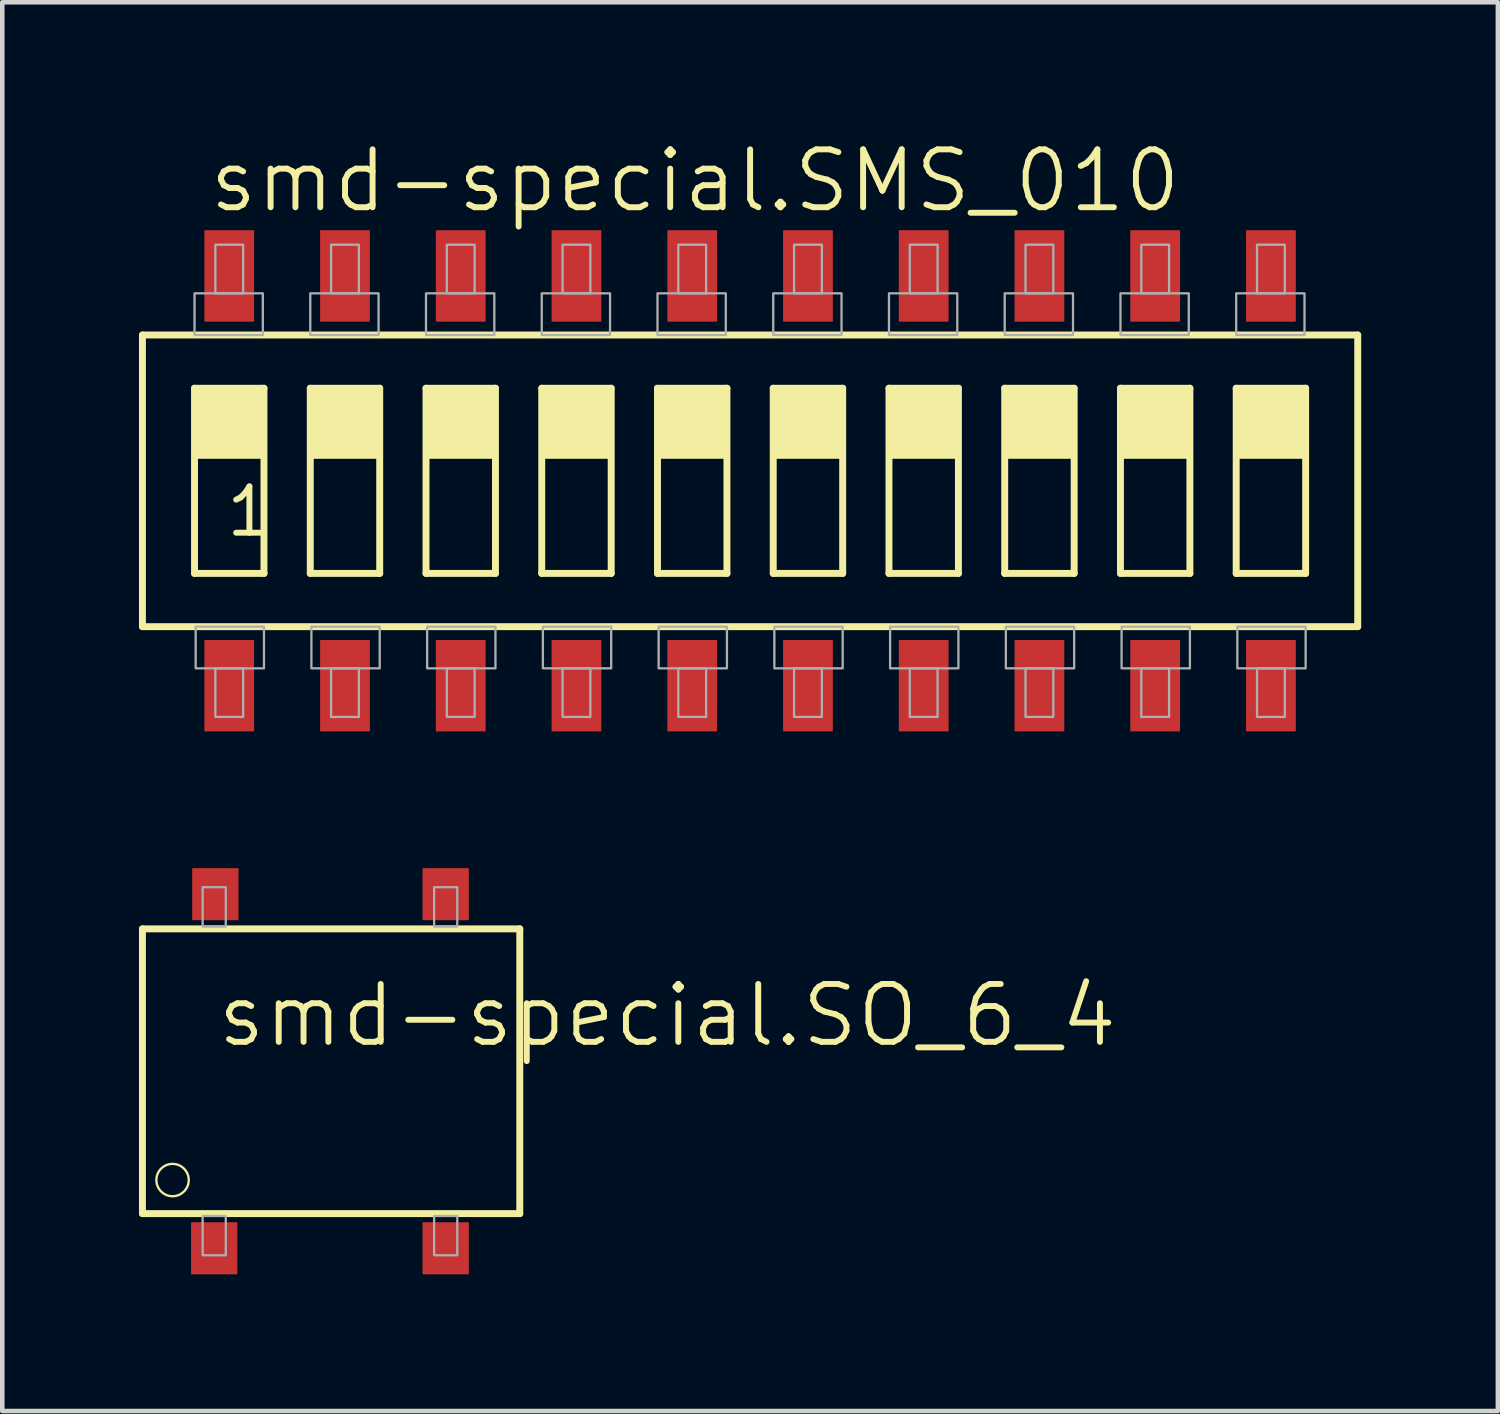
<source format=kicad_pcb>
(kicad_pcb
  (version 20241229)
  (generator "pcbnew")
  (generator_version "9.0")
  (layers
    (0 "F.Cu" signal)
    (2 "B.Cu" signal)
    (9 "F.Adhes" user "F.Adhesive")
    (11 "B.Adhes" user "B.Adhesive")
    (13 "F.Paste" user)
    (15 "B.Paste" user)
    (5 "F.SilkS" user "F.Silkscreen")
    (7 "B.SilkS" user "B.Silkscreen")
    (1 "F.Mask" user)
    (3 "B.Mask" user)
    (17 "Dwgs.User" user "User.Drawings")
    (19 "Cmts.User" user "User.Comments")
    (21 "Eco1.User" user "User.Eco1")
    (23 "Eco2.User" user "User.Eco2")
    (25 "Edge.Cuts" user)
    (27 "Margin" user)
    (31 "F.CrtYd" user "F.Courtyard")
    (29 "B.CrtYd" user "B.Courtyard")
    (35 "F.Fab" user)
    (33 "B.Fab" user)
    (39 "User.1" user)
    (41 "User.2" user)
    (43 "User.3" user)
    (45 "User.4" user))
  (footprint "smd-special.SO_6_4"
    (layer "F.Cu")
    (at 4.191 20.459)
    (property "Reference" "smd-special.SO_6_4" (at -2.54 -0.483 0) (layer "F.SilkS") (effects (font (size 1.27 1.27) (thickness 0.13)) (justify left bottom)))
    (attr smd)
    (fp_line (start -4.115 -3.124) (end -4.115 3.124) (stroke (width 0.152) (type default)) (layer "F.SilkS"))
    (fp_line (start -4.115 3.124) (end 4.166 3.124) (stroke (width 0.152) (type default)) (layer "F.SilkS"))
    (fp_line (start 4.166 -3.124) (end -4.115 -3.124) (stroke (width 0.152) (type default)) (layer "F.SilkS"))
    (fp_line (start 4.166 3.124) (end 4.166 -3.124) (stroke (width 0.152) (type default)) (layer "F.SilkS"))
    (fp_circle (center -3.454 2.388) (end -3.099 2.388) (stroke (width 0.051) (type default)) (fill no) (layer "F.SilkS"))
    (fp_rect (start -2.794 -3.175) (end -2.286 -4.039) (stroke (width 0.05) (type default)) (fill no) (layer "F.Fab"))
    (fp_rect (start -2.794 4.039) (end -2.286 3.175) (stroke (width 0.05) (type default)) (fill no) (layer "F.Fab"))
    (fp_rect (start 2.286 -3.175) (end 2.794 -4.039) (stroke (width 0.05) (type default)) (fill no) (layer "F.Fab"))
    (fp_rect (start 2.286 4.039) (end 2.794 3.175) (stroke (width 0.05) (type default)) (fill no) (layer "F.Fab"))
    (pad "1" smd roundrect (at -2.54 3.886) (size 1.016 1.143) (layers "F.Cu" "F.Mask" "F.Paste") (roundrect_rratio 0.01))
    (pad "2" smd roundrect (at 2.54 3.886) (size 1.016 1.143) (layers "F.Cu" "F.Mask" "F.Paste") (roundrect_rratio 0.01))
    (pad "3" smd roundrect (at 2.54 -3.886) (size 1.016 1.143) (layers "F.Cu" "F.Mask" "F.Paste") (roundrect_rratio 0.01))
    (pad "4" smd roundrect (at -2.515 -3.886) (size 1.016 1.143) (layers "F.Cu" "F.Mask" "F.Paste") (roundrect_rratio 0.01)))
  (footprint "smd-special.SMS_010"
    (layer "F.Cu")
    (at 13.411 7.502)
    (property "Reference" "smd-special.SMS_010" (at -11.938 -5.842 0) (layer "F.SilkS") (effects (font (size 1.27 1.27) (thickness 0.13)) (justify left bottom)))
    (attr smd)
    (fp_line (start -13.335 3.2) (end -13.335 -3.2) (stroke (width 0.152) (type default)) (layer "F.SilkS"))
    (fp_line (start -13.335 3.2) (end 13.335 3.2) (stroke (width 0.152) (type default)) (layer "F.SilkS"))
    (fp_line (start -12.192 -2.032) (end -10.668 -2.032) (stroke (width 0.152) (type default)) (layer "F.SilkS"))
    (fp_line (start -12.192 2.032) (end -12.192 -2.032) (stroke (width 0.152) (type default)) (layer "F.SilkS"))
    (fp_line (start -10.668 -2.032) (end -10.668 2.032) (stroke (width 0.152) (type default)) (layer "F.SilkS"))
    (fp_line (start -10.668 2.032) (end -12.192 2.032) (stroke (width 0.152) (type default)) (layer "F.SilkS"))
    (fp_line (start -9.652 -2.032) (end -8.128 -2.032) (stroke (width 0.152) (type default)) (layer "F.SilkS"))
    (fp_line (start -9.652 2.032) (end -9.652 -2.032) (stroke (width 0.152) (type default)) (layer "F.SilkS"))
    (fp_line (start -8.128 -2.032) (end -8.128 2.032) (stroke (width 0.152) (type default)) (layer "F.SilkS"))
    (fp_line (start -8.128 2.032) (end -9.652 2.032) (stroke (width 0.152) (type default)) (layer "F.SilkS"))
    (fp_line (start -7.112 -2.032) (end -5.588 -2.032) (stroke (width 0.152) (type default)) (layer "F.SilkS"))
    (fp_line (start -7.112 2.032) (end -7.112 -2.032) (stroke (width 0.152) (type default)) (layer "F.SilkS"))
    (fp_line (start -5.588 -2.032) (end -5.588 2.032) (stroke (width 0.152) (type default)) (layer "F.SilkS"))
    (fp_line (start -5.588 2.032) (end -7.112 2.032) (stroke (width 0.152) (type default)) (layer "F.SilkS"))
    (fp_line (start -4.572 -2.032) (end -3.048 -2.032) (stroke (width 0.152) (type default)) (layer "F.SilkS"))
    (fp_line (start -4.572 2.032) (end -4.572 -2.032) (stroke (width 0.152) (type default)) (layer "F.SilkS"))
    (fp_line (start -3.048 -2.032) (end -3.048 2.032) (stroke (width 0.152) (type default)) (layer "F.SilkS"))
    (fp_line (start -3.048 2.032) (end -4.572 2.032) (stroke (width 0.152) (type default)) (layer "F.SilkS"))
    (fp_line (start -2.032 -2.032) (end -0.508 -2.032) (stroke (width 0.152) (type default)) (layer "F.SilkS"))
    (fp_line (start -2.032 2.032) (end -2.032 -2.032) (stroke (width 0.152) (type default)) (layer "F.SilkS"))
    (fp_line (start -0.508 -2.032) (end -0.508 2.032) (stroke (width 0.152) (type default)) (layer "F.SilkS"))
    (fp_line (start -0.508 2.032) (end -2.032 2.032) (stroke (width 0.152) (type default)) (layer "F.SilkS"))
    (fp_line (start 0.508 -2.032) (end 2.032 -2.032) (stroke (width 0.152) (type default)) (layer "F.SilkS"))
    (fp_line (start 0.508 2.032) (end 0.508 -2.032) (stroke (width 0.152) (type default)) (layer "F.SilkS"))
    (fp_line (start 2.032 -2.032) (end 2.032 2.032) (stroke (width 0.152) (type default)) (layer "F.SilkS"))
    (fp_line (start 2.032 2.032) (end 0.508 2.032) (stroke (width 0.152) (type default)) (layer "F.SilkS"))
    (fp_line (start 3.048 -2.032) (end 4.572 -2.032) (stroke (width 0.152) (type default)) (layer "F.SilkS"))
    (fp_line (start 3.048 2.032) (end 3.048 -2.032) (stroke (width 0.152) (type default)) (layer "F.SilkS"))
    (fp_line (start 4.572 -2.032) (end 4.572 2.032) (stroke (width 0.152) (type default)) (layer "F.SilkS"))
    (fp_line (start 4.572 2.032) (end 3.048 2.032) (stroke (width 0.152) (type default)) (layer "F.SilkS"))
    (fp_line (start 5.588 -2.032) (end 7.112 -2.032) (stroke (width 0.152) (type default)) (layer "F.SilkS"))
    (fp_line (start 5.588 2.032) (end 5.588 -2.032) (stroke (width 0.152) (type default)) (layer "F.SilkS"))
    (fp_line (start 7.112 -2.032) (end 7.112 2.032) (stroke (width 0.152) (type default)) (layer "F.SilkS"))
    (fp_line (start 7.112 2.032) (end 5.588 2.032) (stroke (width 0.152) (type default)) (layer "F.SilkS"))
    (fp_line (start 8.128 -2.032) (end 9.652 -2.032) (stroke (width 0.152) (type default)) (layer "F.SilkS"))
    (fp_line (start 8.128 2.032) (end 8.128 -2.032) (stroke (width 0.152) (type default)) (layer "F.SilkS"))
    (fp_line (start 9.652 -2.032) (end 9.652 2.032) (stroke (width 0.152) (type default)) (layer "F.SilkS"))
    (fp_line (start 9.652 2.032) (end 8.128 2.032) (stroke (width 0.152) (type default)) (layer "F.SilkS"))
    (fp_line (start 10.668 -2.032) (end 12.192 -2.032) (stroke (width 0.152) (type default)) (layer "F.SilkS"))
    (fp_line (start 10.668 2.032) (end 10.668 -2.032) (stroke (width 0.152) (type default)) (layer "F.SilkS"))
    (fp_line (start 12.192 -2.032) (end 12.192 2.032) (stroke (width 0.152) (type default)) (layer "F.SilkS"))
    (fp_line (start 12.192 2.032) (end 10.668 2.032) (stroke (width 0.152) (type default)) (layer "F.SilkS"))
    (fp_line (start 13.335 -3.2) (end -13.335 -3.2) (stroke (width 0.152) (type default)) (layer "F.SilkS"))
    (fp_line (start 13.335 -3.2) (end 13.335 3.2) (stroke (width 0.152) (type default)) (layer "F.SilkS"))
    (fp_rect (start -12.192 -0.508) (end -10.668 -2.032) (stroke (width 0.05) (type default)) (fill yes) (layer "F.SilkS"))
    (fp_rect (start -9.652 -0.508) (end -8.128 -2.032) (stroke (width 0.05) (type default)) (fill yes) (layer "F.SilkS"))
    (fp_rect (start -7.112 -0.508) (end -5.588 -2.032) (stroke (width 0.05) (type default)) (fill yes) (layer "F.SilkS"))
    (fp_rect (start -4.572 -0.508) (end -3.048 -2.032) (stroke (width 0.05) (type default)) (fill yes) (layer "F.SilkS"))
    (fp_rect (start -2.032 -0.508) (end -0.508 -2.032) (stroke (width 0.05) (type default)) (fill yes) (layer "F.SilkS"))
    (fp_rect (start 0.508 -0.508) (end 2.032 -2.032) (stroke (width 0.05) (type default)) (fill yes) (layer "F.SilkS"))
    (fp_rect (start 3.048 -0.508) (end 4.572 -2.032) (stroke (width 0.05) (type default)) (fill yes) (layer "F.SilkS"))
    (fp_rect (start 5.588 -0.508) (end 7.112 -2.032) (stroke (width 0.05) (type default)) (fill yes) (layer "F.SilkS"))
    (fp_rect (start 8.128 -0.508) (end 9.652 -2.032) (stroke (width 0.05) (type default)) (fill yes) (layer "F.SilkS"))
    (fp_rect (start 10.668 -0.508) (end 12.192 -2.032) (stroke (width 0.05) (type default)) (fill yes) (layer "F.SilkS"))
    (fp_rect (start -12.192 -3.2) (end -10.693 -4.115) (stroke (width 0.05) (type default)) (fill no) (layer "F.Fab"))
    (fp_rect (start -12.167 4.115) (end -10.668 3.2) (stroke (width 0.05) (type default)) (fill no) (layer "F.Fab"))
    (fp_rect (start -11.735 -4.115) (end -11.125 -5.182) (stroke (width 0.05) (type default)) (fill no) (layer "F.Fab"))
    (fp_rect (start -11.735 5.182) (end -11.125 4.115) (stroke (width 0.05) (type default)) (fill no) (layer "F.Fab"))
    (fp_rect (start -9.652 -3.2) (end -8.153 -4.115) (stroke (width 0.05) (type default)) (fill no) (layer "F.Fab"))
    (fp_rect (start -9.627 4.115) (end -8.128 3.2) (stroke (width 0.05) (type default)) (fill no) (layer "F.Fab"))
    (fp_rect (start -9.195 -4.115) (end -8.585 -5.182) (stroke (width 0.05) (type default)) (fill no) (layer "F.Fab"))
    (fp_rect (start -9.195 5.182) (end -8.585 4.115) (stroke (width 0.05) (type default)) (fill no) (layer "F.Fab"))
    (fp_rect (start -7.112 -3.2) (end -5.613 -4.115) (stroke (width 0.05) (type default)) (fill no) (layer "F.Fab"))
    (fp_rect (start -7.087 4.115) (end -5.588 3.2) (stroke (width 0.05) (type default)) (fill no) (layer "F.Fab"))
    (fp_rect (start -6.655 -4.115) (end -6.045 -5.182) (stroke (width 0.05) (type default)) (fill no) (layer "F.Fab"))
    (fp_rect (start -6.655 5.182) (end -6.045 4.115) (stroke (width 0.05) (type default)) (fill no) (layer "F.Fab"))
    (fp_rect (start -4.572 -3.2) (end -3.073 -4.115) (stroke (width 0.05) (type default)) (fill no) (layer "F.Fab"))
    (fp_rect (start -4.547 4.115) (end -3.048 3.2) (stroke (width 0.05) (type default)) (fill no) (layer "F.Fab"))
    (fp_rect (start -4.115 -4.115) (end -3.505 -5.182) (stroke (width 0.05) (type default)) (fill no) (layer "F.Fab"))
    (fp_rect (start -4.115 5.182) (end -3.505 4.115) (stroke (width 0.05) (type default)) (fill no) (layer "F.Fab"))
    (fp_rect (start -2.032 -3.2) (end -0.533 -4.115) (stroke (width 0.05) (type default)) (fill no) (layer "F.Fab"))
    (fp_rect (start -2.007 4.115) (end -0.508 3.2) (stroke (width 0.05) (type default)) (fill no) (layer "F.Fab"))
    (fp_rect (start -1.575 -4.115) (end -0.965 -5.182) (stroke (width 0.05) (type default)) (fill no) (layer "F.Fab"))
    (fp_rect (start -1.575 5.182) (end -0.965 4.115) (stroke (width 0.05) (type default)) (fill no) (layer "F.Fab"))
    (fp_rect (start 0.508 -3.2) (end 2.007 -4.115) (stroke (width 0.05) (type default)) (fill no) (layer "F.Fab"))
    (fp_rect (start 0.533 4.115) (end 2.032 3.2) (stroke (width 0.05) (type default)) (fill no) (layer "F.Fab"))
    (fp_rect (start 0.965 -4.115) (end 1.575 -5.182) (stroke (width 0.05) (type default)) (fill no) (layer "F.Fab"))
    (fp_rect (start 0.965 5.182) (end 1.575 4.115) (stroke (width 0.05) (type default)) (fill no) (layer "F.Fab"))
    (fp_rect (start 3.048 -3.2) (end 4.547 -4.115) (stroke (width 0.05) (type default)) (fill no) (layer "F.Fab"))
    (fp_rect (start 3.073 4.115) (end 4.572 3.2) (stroke (width 0.05) (type default)) (fill no) (layer "F.Fab"))
    (fp_rect (start 3.505 -4.115) (end 4.115 -5.182) (stroke (width 0.05) (type default)) (fill no) (layer "F.Fab"))
    (fp_rect (start 3.505 5.182) (end 4.115 4.115) (stroke (width 0.05) (type default)) (fill no) (layer "F.Fab"))
    (fp_rect (start 5.588 -3.2) (end 7.087 -4.115) (stroke (width 0.05) (type default)) (fill no) (layer "F.Fab"))
    (fp_rect (start 5.613 4.115) (end 7.112 3.2) (stroke (width 0.05) (type default)) (fill no) (layer "F.Fab"))
    (fp_rect (start 6.045 -4.115) (end 6.655 -5.182) (stroke (width 0.05) (type default)) (fill no) (layer "F.Fab"))
    (fp_rect (start 6.045 5.182) (end 6.655 4.115) (stroke (width 0.05) (type default)) (fill no) (layer "F.Fab"))
    (fp_rect (start 8.128 -3.2) (end 9.627 -4.115) (stroke (width 0.05) (type default)) (fill no) (layer "F.Fab"))
    (fp_rect (start 8.153 4.115) (end 9.652 3.2) (stroke (width 0.05) (type default)) (fill no) (layer "F.Fab"))
    (fp_rect (start 8.585 -4.115) (end 9.195 -5.182) (stroke (width 0.05) (type default)) (fill no) (layer "F.Fab"))
    (fp_rect (start 8.585 5.182) (end 9.195 4.115) (stroke (width 0.05) (type default)) (fill no) (layer "F.Fab"))
    (fp_rect (start 10.668 -3.2) (end 12.167 -4.115) (stroke (width 0.05) (type default)) (fill no) (layer "F.Fab"))
    (fp_rect (start 10.693 4.115) (end 12.192 3.2) (stroke (width 0.05) (type default)) (fill no) (layer "F.Fab"))
    (fp_rect (start 11.125 -4.115) (end 11.735 -5.182) (stroke (width 0.05) (type default)) (fill no) (layer "F.Fab"))
    (fp_rect (start 11.125 5.182) (end 11.735 4.115) (stroke (width 0.05) (type default)) (fill no) (layer "F.Fab"))
    (fp_text user "1" (at -11.557 1.27 0) (layer "F.SilkS") (effects (font (size 1.016 1.016) (thickness 0.13)) (justify left bottom)))
    (pad "1" smd roundrect (at -11.43 4.496) (size 1.092 2.007) (layers "F.Cu" "F.Mask" "F.Paste") (roundrect_rratio 0.01))
    (pad "2" smd roundrect (at -8.89 4.496) (size 1.092 2.007) (layers "F.Cu" "F.Mask" "F.Paste") (roundrect_rratio 0.01))
    (pad "3" smd roundrect (at -6.35 4.496) (size 1.092 2.007) (layers "F.Cu" "F.Mask" "F.Paste") (roundrect_rratio 0.01))
    (pad "4" smd roundrect (at -3.81 4.496) (size 1.092 2.007) (layers "F.Cu" "F.Mask" "F.Paste") (roundrect_rratio 0.01))
    (pad "5" smd roundrect (at -1.27 4.496) (size 1.092 2.007) (layers "F.Cu" "F.Mask" "F.Paste") (roundrect_rratio 0.01))
    (pad "6" smd roundrect (at 1.27 4.496) (size 1.092 2.007) (layers "F.Cu" "F.Mask" "F.Paste") (roundrect_rratio 0.01))
    (pad "7" smd roundrect (at 3.81 4.496) (size 1.092 2.007) (layers "F.Cu" "F.Mask" "F.Paste") (roundrect_rratio 0.01))
    (pad "8" smd roundrect (at 6.35 4.496) (size 1.092 2.007) (layers "F.Cu" "F.Mask" "F.Paste") (roundrect_rratio 0.01))
    (pad "9" smd roundrect (at 8.89 4.496) (size 1.092 2.007) (layers "F.Cu" "F.Mask" "F.Paste") (roundrect_rratio 0.01))
    (pad "10" smd roundrect (at 11.43 4.496) (size 1.092 2.007) (layers "F.Cu" "F.Mask" "F.Paste") (roundrect_rratio 0.01))
    (pad "11" smd roundrect (at 11.43 -4.496) (size 1.092 2.007) (layers "F.Cu" "F.Mask" "F.Paste") (roundrect_rratio 0.01))
    (pad "12" smd roundrect (at 8.89 -4.496) (size 1.092 2.007) (layers "F.Cu" "F.Mask" "F.Paste") (roundrect_rratio 0.01))
    (pad "13" smd roundrect (at 6.35 -4.496) (size 1.092 2.007) (layers "F.Cu" "F.Mask" "F.Paste") (roundrect_rratio 0.01))
    (pad "14" smd roundrect (at 3.81 -4.496) (size 1.092 2.007) (layers "F.Cu" "F.Mask" "F.Paste") (roundrect_rratio 0.01))
    (pad "15" smd roundrect (at 1.27 -4.496) (size 1.092 2.007) (layers "F.Cu" "F.Mask" "F.Paste") (roundrect_rratio 0.01))
    (pad "16" smd roundrect (at -1.27 -4.496) (size 1.092 2.007) (layers "F.Cu" "F.Mask" "F.Paste") (roundrect_rratio 0.01))
    (pad "17" smd roundrect (at -3.81 -4.496) (size 1.092 2.007) (layers "F.Cu" "F.Mask" "F.Paste") (roundrect_rratio 0.01))
    (pad "18" smd roundrect (at -6.35 -4.496) (size 1.092 2.007) (layers "F.Cu" "F.Mask" "F.Paste") (roundrect_rratio 0.01))
    (pad "19" smd roundrect (at -8.89 -4.496) (size 1.092 2.007) (layers "F.Cu" "F.Mask" "F.Paste") (roundrect_rratio 0.01))
    (pad "20" smd roundrect (at -11.43 -4.496) (size 1.092 2.007) (layers "F.Cu" "F.Mask" "F.Paste") (roundrect_rratio 0.01)))
  (gr_rect
    (start -3 -3)
    (end 29.822 27.916)
    (stroke (width 0.1) (type default))
    (fill no)
    (layer "Edge.Cuts")))
</source>
